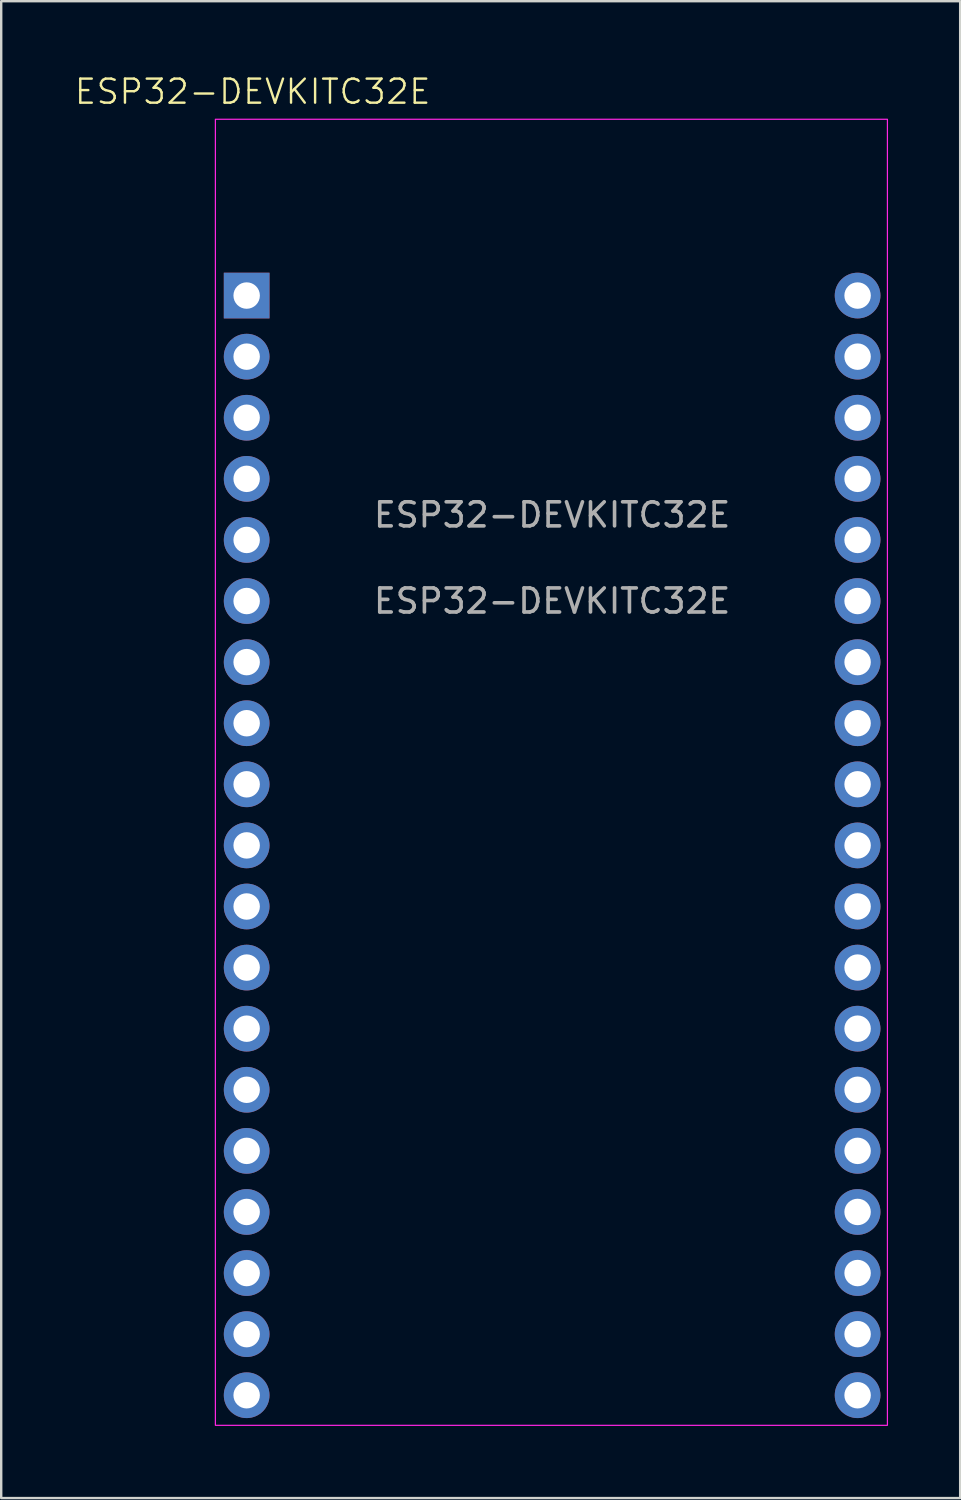
<source format=kicad_pcb>
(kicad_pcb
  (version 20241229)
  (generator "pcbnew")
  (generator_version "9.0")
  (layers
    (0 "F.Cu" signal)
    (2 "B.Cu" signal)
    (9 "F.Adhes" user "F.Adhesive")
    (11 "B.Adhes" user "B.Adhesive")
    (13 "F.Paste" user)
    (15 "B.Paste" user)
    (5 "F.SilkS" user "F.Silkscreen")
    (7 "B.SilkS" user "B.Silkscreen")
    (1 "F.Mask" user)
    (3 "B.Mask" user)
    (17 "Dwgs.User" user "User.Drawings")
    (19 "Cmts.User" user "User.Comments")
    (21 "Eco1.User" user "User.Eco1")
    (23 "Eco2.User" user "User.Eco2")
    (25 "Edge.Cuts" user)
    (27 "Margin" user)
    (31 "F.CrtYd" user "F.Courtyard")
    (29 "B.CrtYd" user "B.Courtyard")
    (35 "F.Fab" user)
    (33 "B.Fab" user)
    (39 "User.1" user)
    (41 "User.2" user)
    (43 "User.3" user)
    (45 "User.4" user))
  (footprint "ESP32-DEVKITC32E"
    (layer "F.Cu")
    (at 7.205 9.238)
    (property "Reference" "ESP32-DEVKITC32E" (at 0.25 -8.477 0) (unlocked yes) (layer "F.SilkS") (effects (font (size 1 1) (thickness 0.1))))
    (attr through_hole)
    (fp_rect (start -1.3 -7.33) (end 26.64 46.97) (stroke (width 0.05) (type default)) (fill no) (layer "F.CrtYd"))
    (fp_text user "${REFERENCE}" (at 12.7 9.12 0) (unlocked yes) (layer "F.Fab") (effects (font (size 1 1) (thickness 0.15))))
    (fp_text user "${REFERENCE}" (at 12.7 12.7 0) (unlocked yes) (layer "F.Fab") (effects (font (size 1 1) (thickness 0.15))))
    (pad "1A" thru_hole rect (at 0 0) (size 1.9 1.9) (drill 1.1) (layers "*.Cu" "*.Mask"))
    (pad "1B" thru_hole circle (at 25.4 0) (size 1.9 1.9) (drill 1.1) (layers "*.Cu" "*.Mask"))
    (pad "2A" thru_hole circle (at 0 2.54) (size 1.9 1.9) (drill 1.1) (layers "*.Cu" "*.Mask"))
    (pad "2B" thru_hole circle (at 25.4 2.54) (size 1.9 1.9) (drill 1.1) (layers "*.Cu" "*.Mask"))
    (pad "3A" thru_hole circle (at 0 5.08) (size 1.9 1.9) (drill 1.1) (layers "*.Cu" "*.Mask"))
    (pad "3B" thru_hole circle (at 25.4 5.08) (size 1.9 1.9) (drill 1.1) (layers "*.Cu" "*.Mask"))
    (pad "4A" thru_hole circle (at 0 7.62) (size 1.9 1.9) (drill 1.1) (layers "*.Cu" "*.Mask"))
    (pad "4B" thru_hole circle (at 25.4 7.62) (size 1.9 1.9) (drill 1.1) (layers "*.Cu" "*.Mask"))
    (pad "5A" thru_hole circle (at 0 10.16) (size 1.9 1.9) (drill 1.1) (layers "*.Cu" "*.Mask"))
    (pad "5B" thru_hole circle (at 25.4 10.16) (size 1.9 1.9) (drill 1.1) (layers "*.Cu" "*.Mask"))
    (pad "6A" thru_hole circle (at 0 12.7) (size 1.9 1.9) (drill 1.1) (layers "*.Cu" "*.Mask"))
    (pad "6B" thru_hole circle (at 25.4 12.7) (size 1.9 1.9) (drill 1.1) (layers "*.Cu" "*.Mask"))
    (pad "7A" thru_hole circle (at 0 15.24) (size 1.9 1.9) (drill 1.1) (layers "*.Cu" "*.Mask"))
    (pad "7B" thru_hole circle (at 25.4 15.24) (size 1.9 1.9) (drill 1.1) (layers "*.Cu" "*.Mask"))
    (pad "8A" thru_hole circle (at 0 17.78) (size 1.9 1.9) (drill 1.1) (layers "*.Cu" "*.Mask"))
    (pad "8B" thru_hole circle (at 25.4 17.78) (size 1.9 1.9) (drill 1.1) (layers "*.Cu" "*.Mask"))
    (pad "9A" thru_hole circle (at 0 20.32) (size 1.9 1.9) (drill 1.1) (layers "*.Cu" "*.Mask"))
    (pad "9B" thru_hole circle (at 25.4 20.32) (size 1.9 1.9) (drill 1.1) (layers "*.Cu" "*.Mask"))
    (pad "10A" thru_hole circle (at 0 22.86) (size 1.9 1.9) (drill 1.1) (layers "*.Cu" "*.Mask"))
    (pad "10B" thru_hole circle (at 25.4 22.86) (size 1.9 1.9) (drill 1.1) (layers "*.Cu" "*.Mask"))
    (pad "11A" thru_hole circle (at 0 25.4) (size 1.9 1.9) (drill 1.1) (layers "*.Cu" "*.Mask"))
    (pad "11B" thru_hole circle (at 25.4 25.4) (size 1.9 1.9) (drill 1.1) (layers "*.Cu" "*.Mask"))
    (pad "12A" thru_hole circle (at 0 27.94) (size 1.9 1.9) (drill 1.1) (layers "*.Cu" "*.Mask"))
    (pad "12B" thru_hole circle (at 25.4 27.94) (size 1.9 1.9) (drill 1.1) (layers "*.Cu" "*.Mask"))
    (pad "13A" thru_hole circle (at 0 30.48) (size 1.9 1.9) (drill 1.1) (layers "*.Cu" "*.Mask"))
    (pad "13B" thru_hole circle (at 25.4 30.48) (size 1.9 1.9) (drill 1.1) (layers "*.Cu" "*.Mask"))
    (pad "14A" thru_hole circle (at 0 33.02) (size 1.9 1.9) (drill 1.1) (layers "*.Cu" "*.Mask"))
    (pad "14B" thru_hole circle (at 25.4 33.02) (size 1.9 1.9) (drill 1.1) (layers "*.Cu" "*.Mask"))
    (pad "15A" thru_hole circle (at 0 35.56) (size 1.9 1.9) (drill 1.1) (layers "*.Cu" "*.Mask"))
    (pad "15B" thru_hole circle (at 25.4 35.56) (size 1.9 1.9) (drill 1.1) (layers "*.Cu" "*.Mask"))
    (pad "16A" thru_hole circle (at 0 38.1) (size 1.9 1.9) (drill 1.1) (layers "*.Cu" "*.Mask"))
    (pad "16B" thru_hole circle (at 25.4 38.1) (size 1.9 1.9) (drill 1.1) (layers "*.Cu" "*.Mask"))
    (pad "17A" thru_hole circle (at 0 40.64) (size 1.9 1.9) (drill 1.1) (layers "*.Cu" "*.Mask"))
    (pad "17B" thru_hole circle (at 25.4 40.64) (size 1.9 1.9) (drill 1.1) (layers "*.Cu" "*.Mask"))
    (pad "18A" thru_hole circle (at 0 43.18) (size 1.9 1.9) (drill 1.1) (layers "*.Cu" "*.Mask"))
    (pad "18B" thru_hole circle (at 25.4 43.18) (size 1.9 1.9) (drill 1.1) (layers "*.Cu" "*.Mask"))
    (pad "19A" thru_hole circle (at 0 45.72) (size 1.9 1.9) (drill 1.1) (layers "*.Cu" "*.Mask"))
    (pad "19B" thru_hole circle (at 25.4 45.72) (size 1.9 1.9) (drill 1.1) (layers "*.Cu" "*.Mask")))
  (gr_rect
    (start -3 -3)
    (end 36.87 59.233)
    (stroke (width 0.1) (type default))
    (fill no)
    (layer "Edge.Cuts")))
</source>
